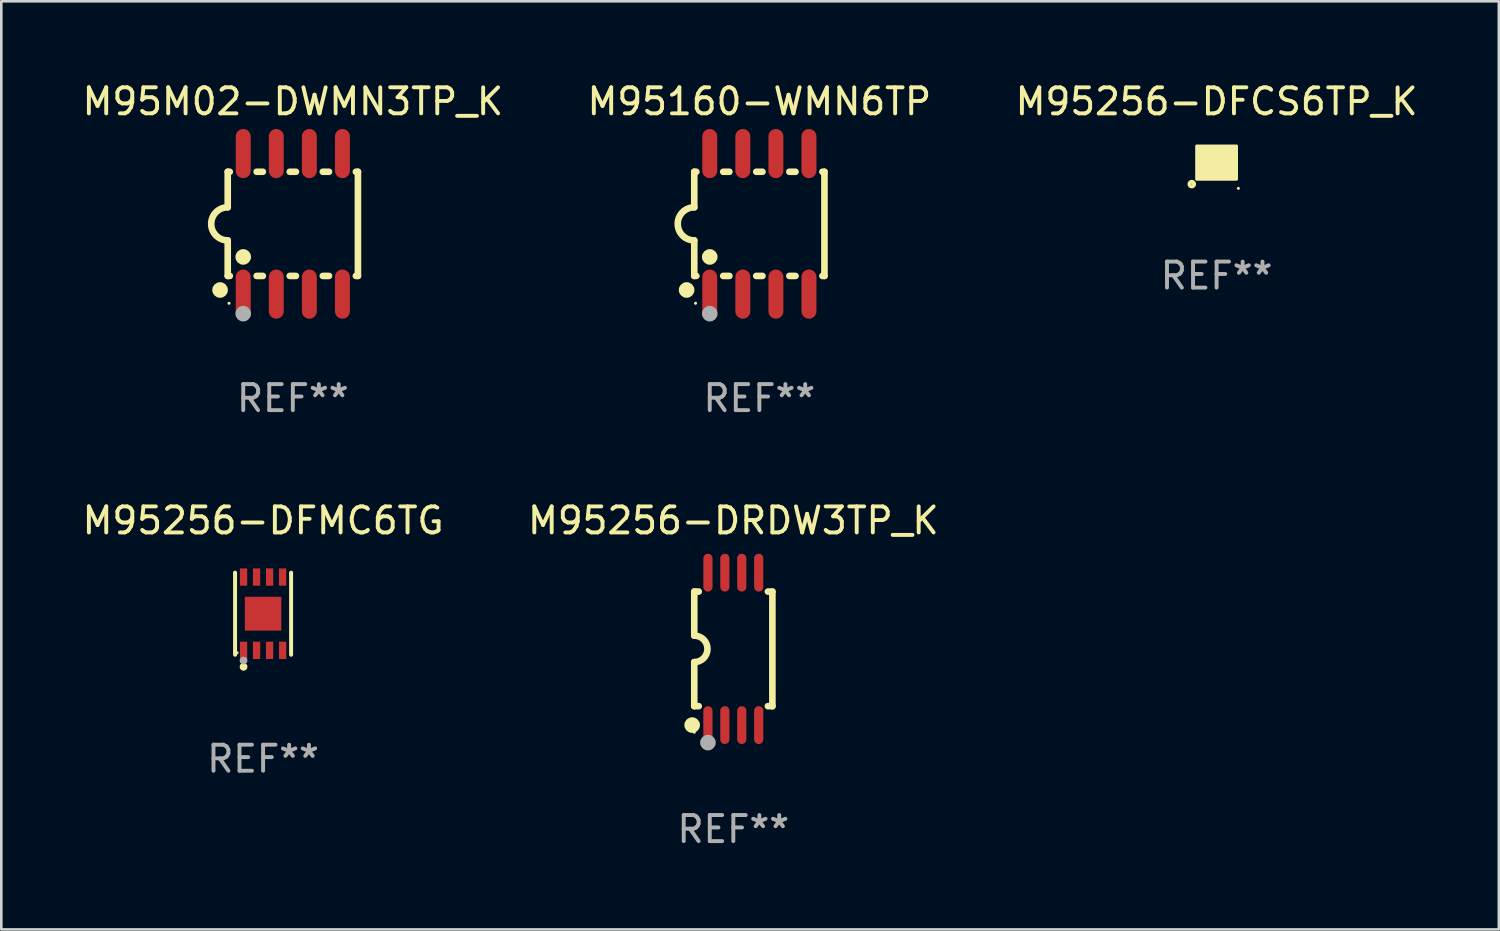
<source format=kicad_pcb>
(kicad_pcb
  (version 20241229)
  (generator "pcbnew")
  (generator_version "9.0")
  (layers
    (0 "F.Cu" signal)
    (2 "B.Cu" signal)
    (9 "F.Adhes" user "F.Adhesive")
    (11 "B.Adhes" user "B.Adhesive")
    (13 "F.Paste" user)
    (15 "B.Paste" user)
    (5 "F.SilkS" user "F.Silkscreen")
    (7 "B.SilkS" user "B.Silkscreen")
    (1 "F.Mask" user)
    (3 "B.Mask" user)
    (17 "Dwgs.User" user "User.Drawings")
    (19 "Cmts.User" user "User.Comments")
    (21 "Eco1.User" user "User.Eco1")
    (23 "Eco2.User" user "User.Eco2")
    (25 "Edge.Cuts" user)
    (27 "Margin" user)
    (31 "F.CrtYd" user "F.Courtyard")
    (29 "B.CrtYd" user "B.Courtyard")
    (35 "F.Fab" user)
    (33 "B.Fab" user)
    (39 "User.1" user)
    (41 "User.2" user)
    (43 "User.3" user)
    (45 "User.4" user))
  (footprint "M95256-DRDW3TP_K"
    (layer "F.Cu")
    (at 25.113 21.87)
    (property "Reference" "M95256-DRDW3TP_K" (at 0 -4.927 0) (layer "F.SilkS") (effects (font (size 1 1) (thickness 0.15))))
    (attr through_hole)
    (fp_line (start -1.5 -2.2) (end -1.5 -0.508) (stroke (width 0.254) (type solid)) (layer "F.SilkS"))
    (fp_line (start -1.5 -2.2) (end -1.328 -2.2) (stroke (width 0.254) (type solid)) (layer "F.SilkS"))
    (fp_line (start -1.5 2.2) (end -1.5 0.508) (stroke (width 0.254) (type solid)) (layer "F.SilkS"))
    (fp_line (start -1.5 2.2) (end -1.328 2.2) (stroke (width 0.254) (type solid)) (layer "F.SilkS"))
    (fp_line (start 1.328 -2.2) (end 1.5 -2.2) (stroke (width 0.254) (type solid)) (layer "F.SilkS"))
    (fp_line (start 1.328 2.2) (end 1.5 2.2) (stroke (width 0.254) (type solid)) (layer "F.SilkS"))
    (fp_line (start 1.5 -2.2) (end 1.5 2.2) (stroke (width 0.254) (type solid)) (layer "F.SilkS"))
    (fp_arc (start -1.501144 -0.508) (mid -0.993143 -0.000571) (end -1.5 0.508001) (stroke (width 0.254001) (type solid)) (layer "F.SilkS"))
    (fp_circle (center -1.581 2.927) (end -1.431 2.927) (stroke (width 0.3) (type solid)) (fill no) (layer "F.SilkS"))
    (fp_circle (center -1.5 3.2) (end -1.47 3.2) (stroke (width 0.06) (type solid)) (fill no) (layer "F.SilkS"))
    (fp_circle (center -0.975 3.6) (end -0.825 3.6) (stroke (width 0.3) (type solid)) (fill no) (layer "F.Fab"))
    (fp_text user "REF**" (at 0 6.927 0) (layer "F.Fab") (effects (font (size 1 1) (thickness 0.15))))
    (pad "1" smd oval (at -0.975 2.927) (size 0.353 1.454) (layers "F.Cu" "F.Mask" "F.Paste"))
    (pad "2" smd oval (at -0.325 2.927) (size 0.353 1.454) (layers "F.Cu" "F.Mask" "F.Paste"))
    (pad "3" smd oval (at 0.325 2.927) (size 0.353 1.454) (layers "F.Cu" "F.Mask" "F.Paste"))
    (pad "4" smd oval (at 0.975 2.927) (size 0.353 1.454) (layers "F.Cu" "F.Mask" "F.Paste"))
    (pad "5" smd oval (at 0.975 -2.927) (size 0.353 1.454) (layers "F.Cu" "F.Mask" "F.Paste"))
    (pad "6" smd oval (at 0.325 -2.927) (size 0.353 1.454) (layers "F.Cu" "F.Mask" "F.Paste"))
    (pad "7" smd oval (at -0.325 -2.927) (size 0.353 1.454) (layers "F.Cu" "F.Mask" "F.Paste"))
    (pad "8" smd oval (at -0.975 -2.927) (size 0.353 1.454) (layers "F.Cu" "F.Mask" "F.Paste")))
  (footprint "M95M02-DWMN3TP_K"
    (layer "F.Cu")
    (at 8.196 5.547)
    (property "Reference" "M95M02-DWMN3TP_K" (at 0 -4.699 0) (layer "F.SilkS") (effects (font (size 1 1) (thickness 0.15))))
    (attr through_hole)
    (fp_line (start -2.5 -2) (end -2.5 -0.635) (stroke (width 0.254) (type solid)) (layer "F.SilkS"))
    (fp_line (start -2.5 -2) (end -2.421 -2) (stroke (width 0.254) (type solid)) (layer "F.SilkS"))
    (fp_line (start -2.5 2) (end -2.5 0.635) (stroke (width 0.254) (type solid)) (layer "F.SilkS"))
    (fp_line (start -2.5 2) (end -2.421 2) (stroke (width 0.254) (type solid)) (layer "F.SilkS"))
    (fp_line (start -1.389 -2) (end -1.151 -2) (stroke (width 0.254) (type solid)) (layer "F.SilkS"))
    (fp_line (start -1.389 2) (end -1.151 2) (stroke (width 0.254) (type solid)) (layer "F.SilkS"))
    (fp_line (start -0.119 -2) (end 0.119 -2) (stroke (width 0.254) (type solid)) (layer "F.SilkS"))
    (fp_line (start -0.119 2) (end 0.119 2) (stroke (width 0.254) (type solid)) (layer "F.SilkS"))
    (fp_line (start 1.151 -2) (end 1.389 -2) (stroke (width 0.254) (type solid)) (layer "F.SilkS"))
    (fp_line (start 1.151 2) (end 1.389 2) (stroke (width 0.254) (type solid)) (layer "F.SilkS"))
    (fp_line (start 2.421 -2) (end 2.5 -2) (stroke (width 0.254) (type solid)) (layer "F.SilkS"))
    (fp_line (start 2.421 2) (end 2.5 2) (stroke (width 0.254) (type solid)) (layer "F.SilkS"))
    (fp_line (start 2.5 -2) (end 2.5 2) (stroke (width 0.254) (type solid)) (layer "F.SilkS"))
    (fp_arc (start -2.5 0.635001) (mid -3.134366 -0.000318) (end -2.499365 -0.635001) (stroke (width 0.254001) (type solid)) (layer "F.SilkS"))
    (fp_circle (center -2.794 2.54) (end -2.644 2.54) (stroke (width 0.3) (type solid)) (fill no) (layer "F.SilkS"))
    (fp_circle (center -2.45 3.05) (end -2.42 3.05) (stroke (width 0.06) (type solid)) (fill no) (layer "F.SilkS"))
    (fp_circle (center -1.905 1.27) (end -1.755 1.27) (stroke (width 0.3) (type solid)) (fill no) (layer "F.SilkS"))
    (fp_circle (center -1.905 3.45) (end -1.755 3.45) (stroke (width 0.3) (type solid)) (fill no) (layer "F.Fab"))
    (fp_text user "REF**" (at 0 6.699 0) (layer "F.Fab") (effects (font (size 1 1) (thickness 0.15))))
    (pad "1" smd oval (at -1.905 2.699) (size 0.574 1.888) (layers "F.Cu" "F.Mask" "F.Paste"))
    (pad "2" smd oval (at -0.635 2.699) (size 0.574 1.888) (layers "F.Cu" "F.Mask" "F.Paste"))
    (pad "3" smd oval (at 0.635 2.699) (size 0.574 1.888) (layers "F.Cu" "F.Mask" "F.Paste"))
    (pad "4" smd oval (at 1.905 2.699) (size 0.574 1.888) (layers "F.Cu" "F.Mask" "F.Paste"))
    (pad "5" smd oval (at 1.905 -2.699) (size 0.574 1.888) (layers "F.Cu" "F.Mask" "F.Paste"))
    (pad "6" smd oval (at 0.635 -2.699) (size 0.574 1.888) (layers "F.Cu" "F.Mask" "F.Paste"))
    (pad "7" smd oval (at -0.635 -2.699) (size 0.574 1.888) (layers "F.Cu" "F.Mask" "F.Paste"))
    (pad "8" smd oval (at -1.905 -2.699) (size 0.574 1.888) (layers "F.Cu" "F.Mask" "F.Paste")))
  (footprint "M95256-DFCS6TP_K"
    (layer "F.Cu")
    (at 43.673 3.195)
    (property "Reference" "M95256-DFCS6TP_K" (at 0 -2.346 0) (layer "F.SilkS") (effects (font (size 1 1) (thickness 0.15))))
    (attr through_hole)
    (fp_circle (center -0.953 0.826) (end -0.863 0.826) (stroke (width 0.15) (type solid)) (fill no) (layer "F.SilkS"))
    (fp_circle (center 0.837 0.99) (end 0.867 0.99) (stroke (width 0.06) (type solid)) (fill no) (layer "F.SilkS"))
    (fp_poly (pts (xy -0.762 -0.635) (xy 0.762 -0.635) (xy 0.762 0.635) (xy -0.762 0.635)) (stroke (width 0.12) (type solid)) (fill yes) (layer "F.SilkS"))
    (fp_text user "REF**" (at 0 4.346 0) (layer "F.Fab") (effects (font (size 1 1) (thickness 0.15))))
    (pad "A1" smd circle (at -0.4 0.346) (size 0.19 0.19) (layers "F.Cu" "F.Mask" "F.Paste"))
    (pad "A3" smd circle (at -0.4 -0.346) (size 0.19 0.19) (layers "F.Cu" "F.Mask" "F.Paste"))
    (pad "B2" smd circle (at -0.2 -0.001) (size 0.19 0.19) (layers "F.Cu" "F.Mask" "F.Paste"))
    (pad "C1" smd circle (at 0 0.346) (size 0.19 0.19) (layers "F.Cu" "F.Mask" "F.Paste"))
    (pad "C3" smd circle (at 0 -0.346) (size 0.19 0.19) (layers "F.Cu" "F.Mask" "F.Paste"))
    (pad "D2" smd circle (at 0.2 -0.001) (size 0.19 0.19) (layers "F.Cu" "F.Mask" "F.Paste"))
    (pad "E1" smd circle (at 0.4 0.346) (size 0.19 0.19) (layers "F.Cu" "F.Mask" "F.Paste"))
    (pad "E3" smd circle (at 0.4 -0.346) (size 0.19 0.19) (layers "F.Cu" "F.Mask" "F.Paste")))
  (footprint "M95160-WMN6TP"
    (layer "F.Cu")
    (at 26.113 5.547)
    (property "Reference" "M95160-WMN6TP" (at 0 -4.699 0) (layer "F.SilkS") (effects (font (size 1 1) (thickness 0.15))))
    (attr through_hole)
    (fp_line (start -2.5 -2) (end -2.5 -0.635) (stroke (width 0.254) (type solid)) (layer "F.SilkS"))
    (fp_line (start -2.5 -2) (end -2.421 -2) (stroke (width 0.254) (type solid)) (layer "F.SilkS"))
    (fp_line (start -2.5 2) (end -2.5 0.635) (stroke (width 0.254) (type solid)) (layer "F.SilkS"))
    (fp_line (start -2.5 2) (end -2.421 2) (stroke (width 0.254) (type solid)) (layer "F.SilkS"))
    (fp_line (start -1.389 -2) (end -1.151 -2) (stroke (width 0.254) (type solid)) (layer "F.SilkS"))
    (fp_line (start -1.389 2) (end -1.151 2) (stroke (width 0.254) (type solid)) (layer "F.SilkS"))
    (fp_line (start -0.119 -2) (end 0.119 -2) (stroke (width 0.254) (type solid)) (layer "F.SilkS"))
    (fp_line (start -0.119 2) (end 0.119 2) (stroke (width 0.254) (type solid)) (layer "F.SilkS"))
    (fp_line (start 1.151 -2) (end 1.389 -2) (stroke (width 0.254) (type solid)) (layer "F.SilkS"))
    (fp_line (start 1.151 2) (end 1.389 2) (stroke (width 0.254) (type solid)) (layer "F.SilkS"))
    (fp_line (start 2.421 -2) (end 2.5 -2) (stroke (width 0.254) (type solid)) (layer "F.SilkS"))
    (fp_line (start 2.421 2) (end 2.5 2) (stroke (width 0.254) (type solid)) (layer "F.SilkS"))
    (fp_line (start 2.5 -2) (end 2.5 2) (stroke (width 0.254) (type solid)) (layer "F.SilkS"))
    (fp_arc (start -2.5 0.635001) (mid -3.134366 -0.000318) (end -2.499365 -0.635001) (stroke (width 0.254001) (type solid)) (layer "F.SilkS"))
    (fp_circle (center -2.794 2.54) (end -2.644 2.54) (stroke (width 0.3) (type solid)) (fill no) (layer "F.SilkS"))
    (fp_circle (center -2.45 3.05) (end -2.42 3.05) (stroke (width 0.06) (type solid)) (fill no) (layer "F.SilkS"))
    (fp_circle (center -1.905 1.27) (end -1.755 1.27) (stroke (width 0.3) (type solid)) (fill no) (layer "F.SilkS"))
    (fp_circle (center -1.905 3.45) (end -1.755 3.45) (stroke (width 0.3) (type solid)) (fill no) (layer "F.Fab"))
    (fp_text user "REF**" (at 0 6.699 0) (layer "F.Fab") (effects (font (size 1 1) (thickness 0.15))))
    (pad "1" smd oval (at -1.905 2.699) (size 0.574 1.888) (layers "F.Cu" "F.Mask" "F.Paste"))
    (pad "2" smd oval (at -0.635 2.699) (size 0.574 1.888) (layers "F.Cu" "F.Mask" "F.Paste"))
    (pad "3" smd oval (at 0.635 2.699) (size 0.574 1.888) (layers "F.Cu" "F.Mask" "F.Paste"))
    (pad "4" smd oval (at 1.905 2.699) (size 0.574 1.888) (layers "F.Cu" "F.Mask" "F.Paste"))
    (pad "5" smd oval (at 1.905 -2.699) (size 0.574 1.888) (layers "F.Cu" "F.Mask" "F.Paste"))
    (pad "6" smd oval (at 0.635 -2.699) (size 0.574 1.888) (layers "F.Cu" "F.Mask" "F.Paste"))
    (pad "7" smd oval (at -0.635 -2.699) (size 0.574 1.888) (layers "F.Cu" "F.Mask" "F.Paste"))
    (pad "8" smd oval (at -1.905 -2.699) (size 0.574 1.888) (layers "F.Cu" "F.Mask" "F.Paste")))
  (footprint "M95256-DFMC6TG"
    (layer "F.Cu")
    (at 7.054 20.519)
    (property "Reference" "M95256-DFMC6TG" (at 0 -3.576 0) (layer "F.SilkS") (effects (font (size 1 1) (thickness 0.15))))
    (attr through_hole)
    (fp_line (start -1.076 1.576) (end -1.076 -1.576) (stroke (width 0.152) (type solid)) (layer "F.SilkS"))
    (fp_line (start 1.076 1.576) (end 1.076 -1.576) (stroke (width 0.152) (type solid)) (layer "F.SilkS"))
    (fp_circle (center -1 1.5) (end -0.97 1.5) (stroke (width 0.06) (type solid)) (fill no) (layer "F.SilkS"))
    (fp_circle (center -0.75 2.04) (end -0.675 2.04) (stroke (width 0.15) (type solid)) (fill no) (layer "F.SilkS"))
    (fp_circle (center -0.75 1.8) (end -0.675 1.8) (stroke (width 0.15) (type solid)) (fill no) (layer "F.Fab"))
    (fp_text user "REF**" (at 0 5.576 0) (layer "F.Fab") (effects (font (size 1 1) (thickness 0.15))))
    (pad "1" smd rect (at -0.75 1.407) (size 0.28 0.665) (layers "F.Cu" "F.Mask" "F.Paste"))
    (pad "2" smd rect (at -0.25 1.407) (size 0.28 0.665) (layers "F.Cu" "F.Mask" "F.Paste"))
    (pad "3" smd rect (at 0.25 1.407) (size 0.28 0.665) (layers "F.Cu" "F.Mask" "F.Paste"))
    (pad "4" smd rect (at 0.75 1.407) (size 0.28 0.665) (layers "F.Cu" "F.Mask" "F.Paste"))
    (pad "5" smd rect (at 0.75 -1.407) (size 0.28 0.665) (layers "F.Cu" "F.Mask" "F.Paste"))
    (pad "6" smd rect (at 0.25 -1.407) (size 0.28 0.665) (layers "F.Cu" "F.Mask" "F.Paste"))
    (pad "7" smd rect (at -0.25 -1.407) (size 0.28 0.665) (layers "F.Cu" "F.Mask" "F.Paste"))
    (pad "8" smd rect (at -0.75 -1.407) (size 0.28 0.665) (layers "F.Cu" "F.Mask" "F.Paste"))
    (pad "9" smd rect (at 0 0) (size 1.4 1.3) (layers "F.Cu" "F.Mask" "F.Paste")))
  (gr_rect
    (start -3 -3)
    (end 54.512 32.645)
    (stroke (width 0.1) (type default))
    (fill no)
    (layer "Edge.Cuts")))
</source>
